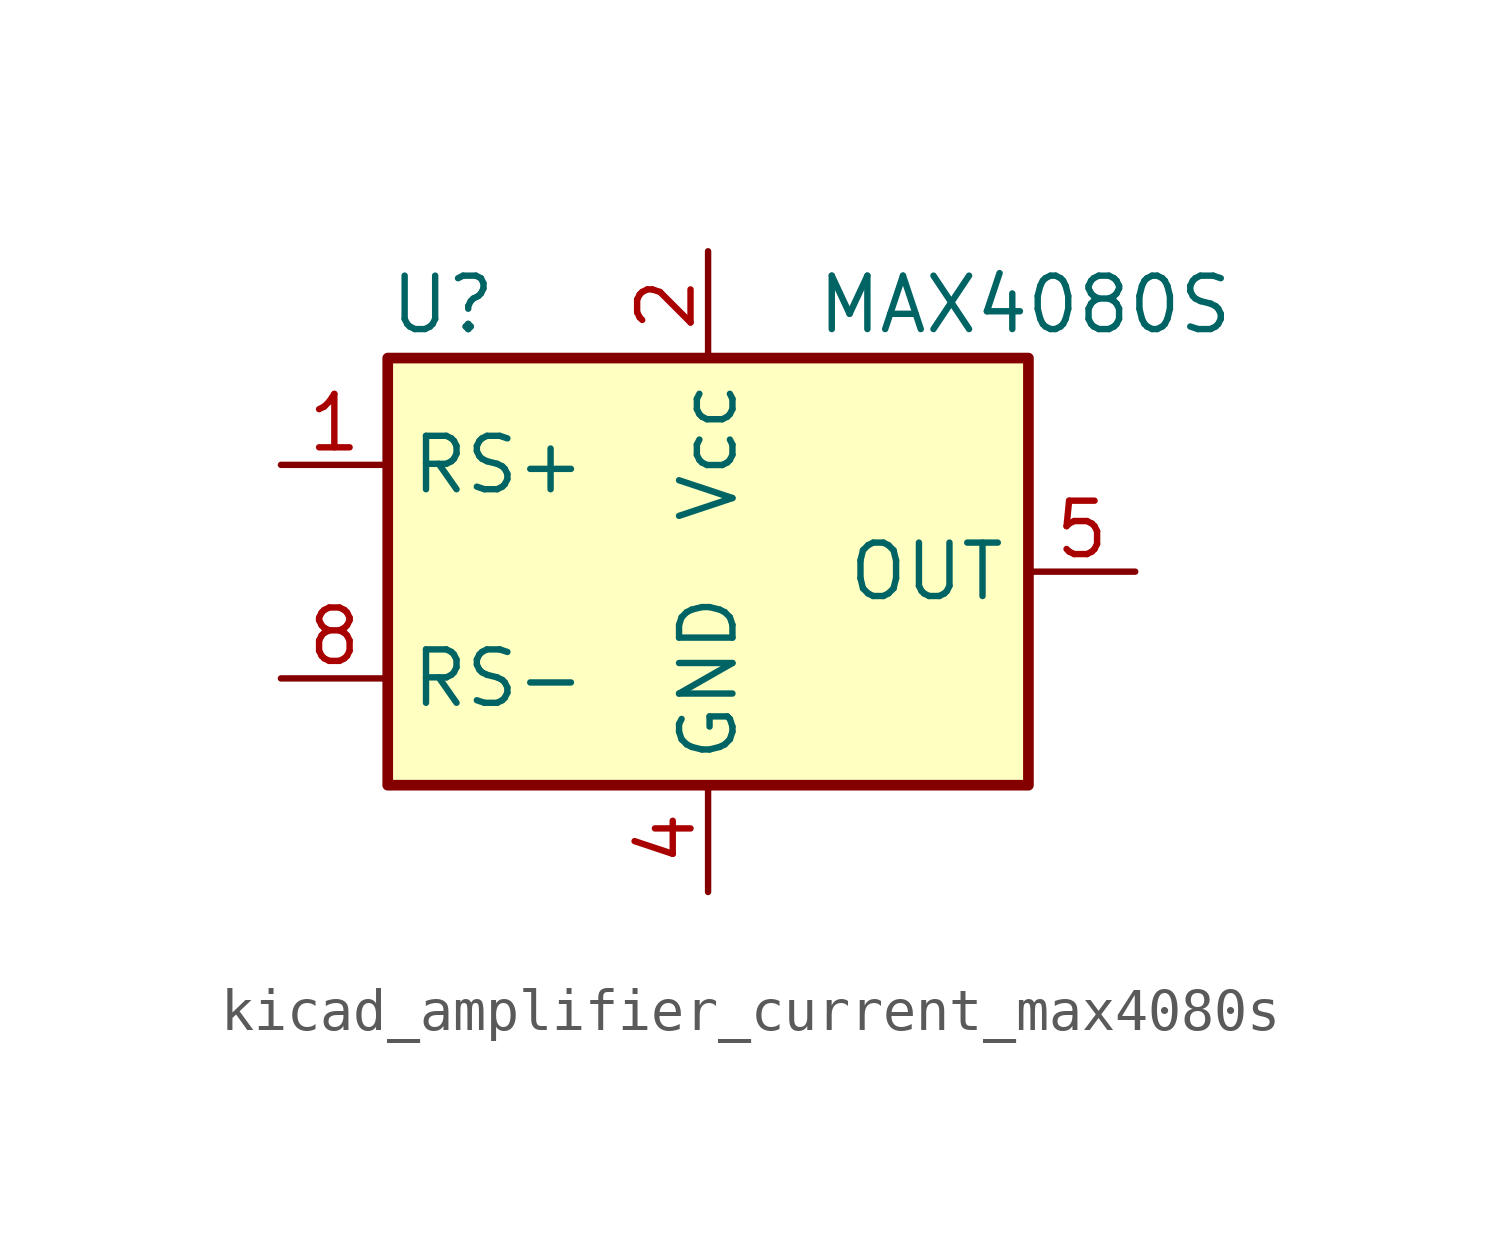
<source format=kicad_sym>
(kicad_symbol_lib
  (version 20220914)
  (generator kicad_symbol_editor)
  (symbol "kicad_amplifier_current_max4080s"
    (property "Reference" "U"
      (at -7.62 6.35 0)
      (effects (font (size 1.27 1.27)) (justify left)))
    (property "Value" "MAX4080S"
      (at 2.54 6.35 0)
      (effects (font (size 1.27 1.27)) (justify left)))
    (symbol "kicad_amplifier_current_max4080s_0_1"
      (rectangle (start -7.62 5.08) (end 7.62 -5.08) (stroke (width 0.254) (type default)) (fill (type background))))
    (symbol "kicad_amplifier_current_max4080s_1_1"
      (pin input line (at -10.16 2.54 0) (length 2.54) (name "RS+" (effects (font (size 1.27 1.27)))) (number "1" (effects (font (size 1.27 1.27)))))
      (pin power_in line (at 0 7.62 270) (length 2.54) (name "Vcc" (effects (font (size 1.27 1.27)))) (number "2" (effects (font (size 1.27 1.27)))))
      (pin no_connect line (at 2.54 -5.08 90) (length 2.54) hide (name "NC" (effects (font (size 1.27 1.27)))) (number "3" (effects (font (size 1.27 1.27)))))
      (pin power_in line (at 0 -7.62 90) (length 2.54) (name "GND" (effects (font (size 1.27 1.27)))) (number "4" (effects (font (size 1.27 1.27)))))
      (pin output line (at 10.16 0 180) (length 2.54) (name "OUT" (effects (font (size 1.27 1.27)))) (number "5" (effects (font (size 1.27 1.27)))))
      (pin no_connect line (at 5.08 -5.08 90) (length 2.54) hide (name "NC" (effects (font (size 1.27 1.27)))) (number "6" (effects (font (size 1.27 1.27)))))
      (pin no_connect line (at 7.62 -5.08 90) (length 2.54) hide (name "NC" (effects (font (size 1.27 1.27)))) (number "7" (effects (font (size 1.27 1.27)))))
      (pin input line (at -10.16 -2.54 0) (length 2.54) (name "RS-" (effects (font (size 1.27 1.27)))) (number "8" (effects (font (size 1.27 1.27))))))))
</source>
